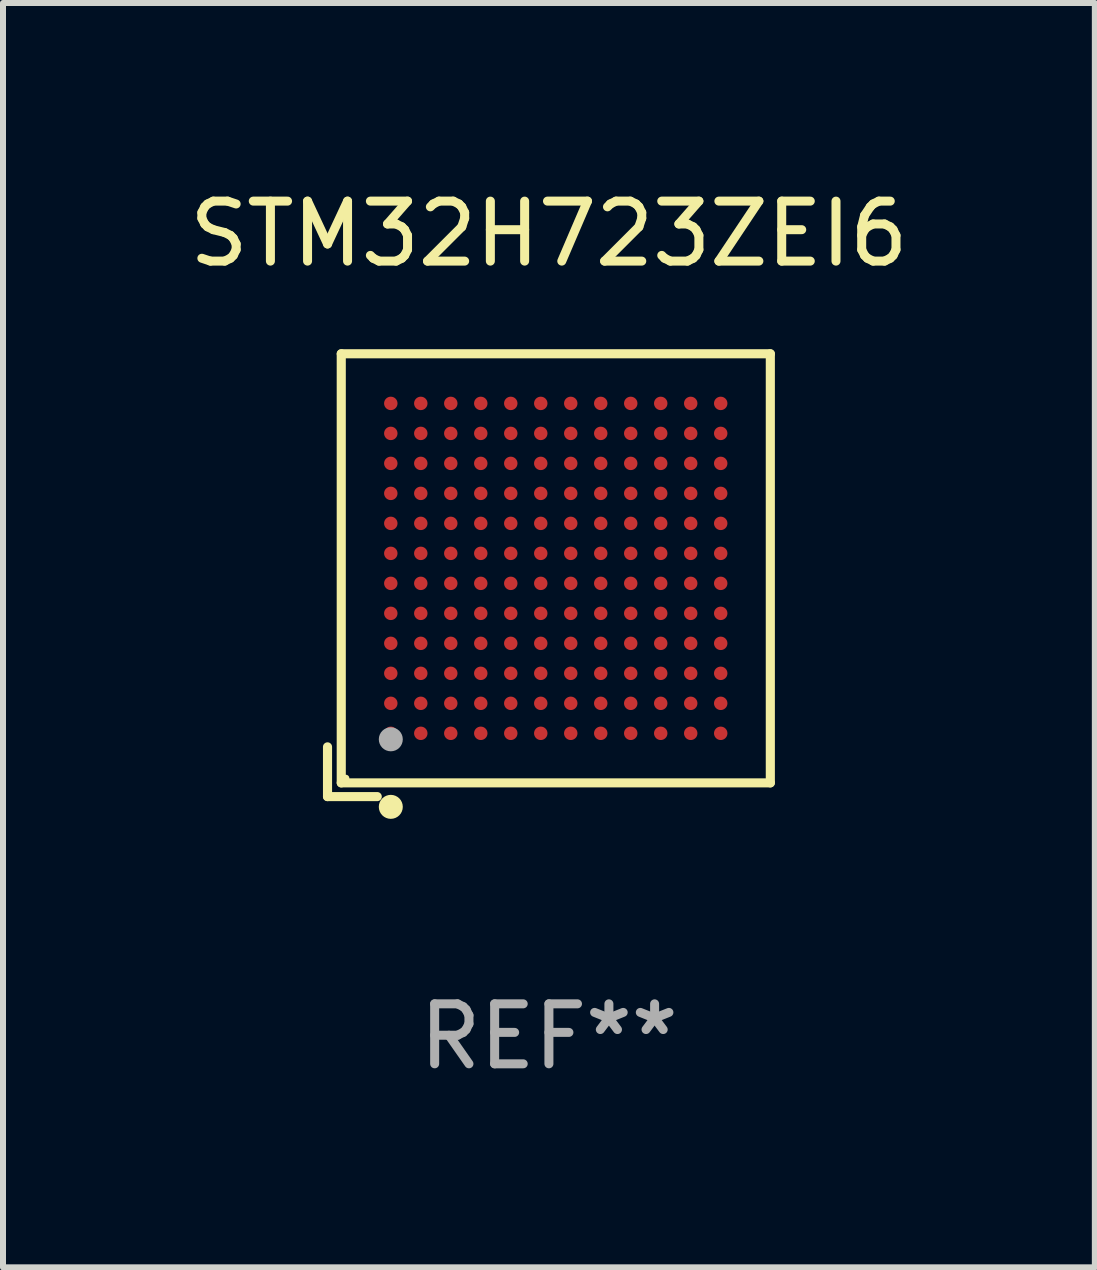
<source format=kicad_pcb>
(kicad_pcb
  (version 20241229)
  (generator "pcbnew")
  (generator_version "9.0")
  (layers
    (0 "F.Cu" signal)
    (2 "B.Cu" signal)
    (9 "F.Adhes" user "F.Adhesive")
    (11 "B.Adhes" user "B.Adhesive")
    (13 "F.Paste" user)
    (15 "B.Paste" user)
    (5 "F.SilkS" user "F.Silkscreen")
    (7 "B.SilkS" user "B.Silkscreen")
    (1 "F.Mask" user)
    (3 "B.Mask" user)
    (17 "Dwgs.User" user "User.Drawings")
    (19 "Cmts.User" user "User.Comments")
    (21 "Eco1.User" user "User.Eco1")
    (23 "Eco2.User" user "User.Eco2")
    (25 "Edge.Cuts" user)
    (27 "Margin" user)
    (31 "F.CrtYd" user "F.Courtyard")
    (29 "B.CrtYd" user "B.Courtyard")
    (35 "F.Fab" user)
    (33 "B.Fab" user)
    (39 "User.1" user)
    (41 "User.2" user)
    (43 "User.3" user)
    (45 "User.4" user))
  (footprint "STM32H723ZEI6"
    (layer "F.Cu")
    (at 6.101 6.539)
    (property "Reference" "STM32H723ZEI6" (at 0 -5.691 0) (layer "F.SilkS") (effects (font (size 1 1) (thickness 0.15))))
    (attr through_hole)
    (fp_line (start -3.691 2.862) (end -3.691 3.691) (stroke (width 0.152) (type solid)) (layer "F.SilkS"))
    (fp_line (start -3.691 3.691) (end -2.862 3.691) (stroke (width 0.152) (type solid)) (layer "F.SilkS"))
    (fp_line (start -3.462 -3.691) (end 3.691 -3.691) (stroke (width 0.152) (type solid)) (layer "F.SilkS"))
    (fp_line (start -3.462 3.462) (end -3.462 -3.691) (stroke (width 0.152) (type solid)) (layer "F.SilkS"))
    (fp_line (start 3.691 -3.691) (end 3.691 3.462) (stroke (width 0.152) (type solid)) (layer "F.SilkS"))
    (fp_line (start 3.691 3.462) (end -3.462 3.462) (stroke (width 0.152) (type solid)) (layer "F.SilkS"))
    (fp_circle (center -3.386 3.386) (end -3.356 3.386) (stroke (width 0.06) (type solid)) (fill no) (layer "F.SilkS"))
    (fp_circle (center -2.636 3.862) (end -2.536 3.862) (stroke (width 0.2) (type solid)) (fill no) (layer "F.SilkS"))
    (fp_circle (center -2.636 2.736) (end -2.536 2.736) (stroke (width 0.2) (type solid)) (fill no) (layer "F.Fab"))
    (fp_text user "REF**" (at 0 7.691 0) (layer "F.Fab") (effects (font (size 1 1) (thickness 0.15))))
    (pad "A1" smd circle (at -2.636 2.636) (size 0.224 0.224) (layers "F.Cu" "F.Mask" "F.Paste"))
    (pad "A2" smd circle (at -2.636 2.136) (size 0.224 0.224) (layers "F.Cu" "F.Mask" "F.Paste"))
    (pad "A3" smd circle (at -2.636 1.636) (size 0.224 0.224) (layers "F.Cu" "F.Mask" "F.Paste"))
    (pad "A4" smd circle (at -2.636 1.136) (size 0.224 0.224) (layers "F.Cu" "F.Mask" "F.Paste"))
    (pad "A5" smd circle (at -2.636 0.636) (size 0.224 0.224) (layers "F.Cu" "F.Mask" "F.Paste"))
    (pad "A6" smd circle (at -2.636 0.136) (size 0.224 0.224) (layers "F.Cu" "F.Mask" "F.Paste"))
    (pad "A7" smd circle (at -2.636 -0.364) (size 0.224 0.224) (layers "F.Cu" "F.Mask" "F.Paste"))
    (pad "A8" smd circle (at -2.636 -0.864) (size 0.224 0.224) (layers "F.Cu" "F.Mask" "F.Paste"))
    (pad "A9" smd circle (at -2.636 -1.364) (size 0.224 0.224) (layers "F.Cu" "F.Mask" "F.Paste"))
    (pad "A10" smd circle (at -2.636 -1.864) (size 0.224 0.224) (layers "F.Cu" "F.Mask" "F.Paste"))
    (pad "A11" smd circle (at -2.636 -2.364) (size 0.224 0.224) (layers "F.Cu" "F.Mask" "F.Paste"))
    (pad "A12" smd circle (at -2.636 -2.864) (size 0.224 0.224) (layers "F.Cu" "F.Mask" "F.Paste"))
    (pad "B1" smd circle (at -2.136 2.636) (size 0.224 0.224) (layers "F.Cu" "F.Mask" "F.Paste"))
    (pad "B2" smd circle (at -2.136 2.136) (size 0.224 0.224) (layers "F.Cu" "F.Mask" "F.Paste"))
    (pad "B3" smd circle (at -2.136 1.636) (size 0.224 0.224) (layers "F.Cu" "F.Mask" "F.Paste"))
    (pad "B4" smd circle (at -2.136 1.136) (size 0.224 0.224) (layers "F.Cu" "F.Mask" "F.Paste"))
    (pad "B5" smd circle (at -2.136 0.636) (size 0.224 0.224) (layers "F.Cu" "F.Mask" "F.Paste"))
    (pad "B6" smd circle (at -2.136 0.136) (size 0.224 0.224) (layers "F.Cu" "F.Mask" "F.Paste"))
    (pad "B7" smd circle (at -2.136 -0.364) (size 0.224 0.224) (layers "F.Cu" "F.Mask" "F.Paste"))
    (pad "B8" smd circle (at -2.136 -0.864) (size 0.224 0.224) (layers "F.Cu" "F.Mask" "F.Paste"))
    (pad "B9" smd circle (at -2.136 -1.364) (size 0.224 0.224) (layers "F.Cu" "F.Mask" "F.Paste"))
    (pad "B10" smd circle (at -2.136 -1.864) (size 0.224 0.224) (layers "F.Cu" "F.Mask" "F.Paste"))
    (pad "B11" smd circle (at -2.136 -2.364) (size 0.224 0.224) (layers "F.Cu" "F.Mask" "F.Paste"))
    (pad "B12" smd circle (at -2.136 -2.864) (size 0.224 0.224) (layers "F.Cu" "F.Mask" "F.Paste"))
    (pad "C1" smd circle (at -1.636 2.636) (size 0.224 0.224) (layers "F.Cu" "F.Mask" "F.Paste"))
    (pad "C2" smd circle (at -1.636 2.136) (size 0.224 0.224) (layers "F.Cu" "F.Mask" "F.Paste"))
    (pad "C3" smd circle (at -1.636 1.636) (size 0.224 0.224) (layers "F.Cu" "F.Mask" "F.Paste"))
    (pad "C4" smd circle (at -1.636 1.136) (size 0.224 0.224) (layers "F.Cu" "F.Mask" "F.Paste"))
    (pad "C5" smd circle (at -1.636 0.636) (size 0.224 0.224) (layers "F.Cu" "F.Mask" "F.Paste"))
    (pad "C6" smd circle (at -1.636 0.136) (size 0.224 0.224) (layers "F.Cu" "F.Mask" "F.Paste"))
    (pad "C7" smd circle (at -1.636 -0.364) (size 0.224 0.224) (layers "F.Cu" "F.Mask" "F.Paste"))
    (pad "C8" smd circle (at -1.636 -0.864) (size 0.224 0.224) (layers "F.Cu" "F.Mask" "F.Paste"))
    (pad "C9" smd circle (at -1.636 -1.364) (size 0.224 0.224) (layers "F.Cu" "F.Mask" "F.Paste"))
    (pad "C10" smd circle (at -1.636 -1.864) (size 0.224 0.224) (layers "F.Cu" "F.Mask" "F.Paste"))
    (pad "C11" smd circle (at -1.636 -2.364) (size 0.224 0.224) (layers "F.Cu" "F.Mask" "F.Paste"))
    (pad "C12" smd circle (at -1.636 -2.864) (size 0.224 0.224) (layers "F.Cu" "F.Mask" "F.Paste"))
    (pad "D1" smd circle (at -1.136 2.636) (size 0.224 0.224) (layers "F.Cu" "F.Mask" "F.Paste"))
    (pad "D2" smd circle (at -1.136 2.136) (size 0.224 0.224) (layers "F.Cu" "F.Mask" "F.Paste"))
    (pad "D3" smd circle (at -1.136 1.636) (size 0.224 0.224) (layers "F.Cu" "F.Mask" "F.Paste"))
    (pad "D4" smd circle (at -1.136 1.136) (size 0.224 0.224) (layers "F.Cu" "F.Mask" "F.Paste"))
    (pad "D5" smd circle (at -1.136 0.636) (size 0.224 0.224) (layers "F.Cu" "F.Mask" "F.Paste"))
    (pad "D6" smd circle (at -1.136 0.136) (size 0.224 0.224) (layers "F.Cu" "F.Mask" "F.Paste"))
    (pad "D7" smd circle (at -1.136 -0.364) (size 0.224 0.224) (layers "F.Cu" "F.Mask" "F.Paste"))
    (pad "D8" smd circle (at -1.136 -0.864) (size 0.224 0.224) (layers "F.Cu" "F.Mask" "F.Paste"))
    (pad "D9" smd circle (at -1.136 -1.364) (size 0.224 0.224) (layers "F.Cu" "F.Mask" "F.Paste"))
    (pad "D10" smd circle (at -1.136 -1.864) (size 0.224 0.224) (layers "F.Cu" "F.Mask" "F.Paste"))
    (pad "D11" smd circle (at -1.136 -2.364) (size 0.224 0.224) (layers "F.Cu" "F.Mask" "F.Paste"))
    (pad "D12" smd circle (at -1.136 -2.864) (size 0.224 0.224) (layers "F.Cu" "F.Mask" "F.Paste"))
    (pad "E1" smd circle (at -0.636 2.636) (size 0.224 0.224) (layers "F.Cu" "F.Mask" "F.Paste"))
    (pad "E2" smd circle (at -0.636 2.136) (size 0.224 0.224) (layers "F.Cu" "F.Mask" "F.Paste"))
    (pad "E3" smd circle (at -0.636 1.636) (size 0.224 0.224) (layers "F.Cu" "F.Mask" "F.Paste"))
    (pad "E4" smd circle (at -0.636 1.136) (size 0.224 0.224) (layers "F.Cu" "F.Mask" "F.Paste"))
    (pad "E5" smd circle (at -0.636 0.636) (size 0.224 0.224) (layers "F.Cu" "F.Mask" "F.Paste"))
    (pad "E6" smd circle (at -0.636 0.136) (size 0.224 0.224) (layers "F.Cu" "F.Mask" "F.Paste"))
    (pad "E7" smd circle (at -0.636 -0.364) (size 0.224 0.224) (layers "F.Cu" "F.Mask" "F.Paste"))
    (pad "E8" smd circle (at -0.636 -0.864) (size 0.224 0.224) (layers "F.Cu" "F.Mask" "F.Paste"))
    (pad "E9" smd circle (at -0.636 -1.364) (size 0.224 0.224) (layers "F.Cu" "F.Mask" "F.Paste"))
    (pad "E10" smd circle (at -0.636 -1.864) (size 0.224 0.224) (layers "F.Cu" "F.Mask" "F.Paste"))
    (pad "E11" smd circle (at -0.636 -2.364) (size 0.224 0.224) (layers "F.Cu" "F.Mask" "F.Paste"))
    (pad "E12" smd circle (at -0.636 -2.864) (size 0.224 0.224) (layers "F.Cu" "F.Mask" "F.Paste"))
    (pad "F1" smd circle (at -0.136 2.636) (size 0.224 0.224) (layers "F.Cu" "F.Mask" "F.Paste"))
    (pad "F2" smd circle (at -0.136 2.136) (size 0.224 0.224) (layers "F.Cu" "F.Mask" "F.Paste"))
    (pad "F3" smd circle (at -0.136 1.636) (size 0.224 0.224) (layers "F.Cu" "F.Mask" "F.Paste"))
    (pad "F4" smd circle (at -0.136 1.136) (size 0.224 0.224) (layers "F.Cu" "F.Mask" "F.Paste"))
    (pad "F5" smd circle (at -0.136 0.636) (size 0.224 0.224) (layers "F.Cu" "F.Mask" "F.Paste"))
    (pad "F6" smd circle (at -0.136 0.136) (size 0.224 0.224) (layers "F.Cu" "F.Mask" "F.Paste"))
    (pad "F7" smd circle (at -0.136 -0.364) (size 0.224 0.224) (layers "F.Cu" "F.Mask" "F.Paste"))
    (pad "F8" smd circle (at -0.136 -0.864) (size 0.224 0.224) (layers "F.Cu" "F.Mask" "F.Paste"))
    (pad "F9" smd circle (at -0.136 -1.364) (size 0.224 0.224) (layers "F.Cu" "F.Mask" "F.Paste"))
    (pad "F10" smd circle (at -0.136 -1.864) (size 0.224 0.224) (layers "F.Cu" "F.Mask" "F.Paste"))
    (pad "F11" smd circle (at -0.136 -2.364) (size 0.224 0.224) (layers "F.Cu" "F.Mask" "F.Paste"))
    (pad "F12" smd circle (at -0.136 -2.864) (size 0.224 0.224) (layers "F.Cu" "F.Mask" "F.Paste"))
    (pad "G1" smd circle (at 0.364 2.636) (size 0.224 0.224) (layers "F.Cu" "F.Mask" "F.Paste"))
    (pad "G2" smd circle (at 0.364 2.136) (size 0.224 0.224) (layers "F.Cu" "F.Mask" "F.Paste"))
    (pad "G3" smd circle (at 0.364 1.636) (size 0.224 0.224) (layers "F.Cu" "F.Mask" "F.Paste"))
    (pad "G4" smd circle (at 0.364 1.136) (size 0.224 0.224) (layers "F.Cu" "F.Mask" "F.Paste"))
    (pad "G5" smd circle (at 0.364 0.636) (size 0.224 0.224) (layers "F.Cu" "F.Mask" "F.Paste"))
    (pad "G6" smd circle (at 0.364 0.136) (size 0.224 0.224) (layers "F.Cu" "F.Mask" "F.Paste"))
    (pad "G7" smd circle (at 0.364 -0.364) (size 0.224 0.224) (layers "F.Cu" "F.Mask" "F.Paste"))
    (pad "G8" smd circle (at 0.364 -0.864) (size 0.224 0.224) (layers "F.Cu" "F.Mask" "F.Paste"))
    (pad "G9" smd circle (at 0.364 -1.364) (size 0.224 0.224) (layers "F.Cu" "F.Mask" "F.Paste"))
    (pad "G10" smd circle (at 0.364 -1.864) (size 0.224 0.224) (layers "F.Cu" "F.Mask" "F.Paste"))
    (pad "G11" smd circle (at 0.364 -2.364) (size 0.224 0.224) (layers "F.Cu" "F.Mask" "F.Paste"))
    (pad "G12" smd circle (at 0.364 -2.864) (size 0.224 0.224) (layers "F.Cu" "F.Mask" "F.Paste"))
    (pad "H1" smd circle (at 0.864 2.636) (size 0.224 0.224) (layers "F.Cu" "F.Mask" "F.Paste"))
    (pad "H2" smd circle (at 0.864 2.136) (size 0.224 0.224) (layers "F.Cu" "F.Mask" "F.Paste"))
    (pad "H3" smd circle (at 0.864 1.636) (size 0.224 0.224) (layers "F.Cu" "F.Mask" "F.Paste"))
    (pad "H4" smd circle (at 0.864 1.136) (size 0.224 0.224) (layers "F.Cu" "F.Mask" "F.Paste"))
    (pad "H5" smd circle (at 0.864 0.636) (size 0.224 0.224) (layers "F.Cu" "F.Mask" "F.Paste"))
    (pad "H6" smd circle (at 0.864 0.136) (size 0.224 0.224) (layers "F.Cu" "F.Mask" "F.Paste"))
    (pad "H7" smd circle (at 0.864 -0.364) (size 0.224 0.224) (layers "F.Cu" "F.Mask" "F.Paste"))
    (pad "H8" smd circle (at 0.864 -0.864) (size 0.224 0.224) (layers "F.Cu" "F.Mask" "F.Paste"))
    (pad "H9" smd circle (at 0.864 -1.364) (size 0.224 0.224) (layers "F.Cu" "F.Mask" "F.Paste"))
    (pad "H10" smd circle (at 0.864 -1.864) (size 0.224 0.224) (layers "F.Cu" "F.Mask" "F.Paste"))
    (pad "H11" smd circle (at 0.864 -2.364) (size 0.224 0.224) (layers "F.Cu" "F.Mask" "F.Paste"))
    (pad "H12" smd circle (at 0.864 -2.864) (size 0.224 0.224) (layers "F.Cu" "F.Mask" "F.Paste"))
    (pad "J1" smd circle (at 1.364 2.636) (size 0.224 0.224) (layers "F.Cu" "F.Mask" "F.Paste"))
    (pad "J2" smd circle (at 1.364 2.136) (size 0.224 0.224) (layers "F.Cu" "F.Mask" "F.Paste"))
    (pad "J3" smd circle (at 1.364 1.636) (size 0.224 0.224) (layers "F.Cu" "F.Mask" "F.Paste"))
    (pad "J4" smd circle (at 1.364 1.136) (size 0.224 0.224) (layers "F.Cu" "F.Mask" "F.Paste"))
    (pad "J5" smd circle (at 1.364 0.636) (size 0.224 0.224) (layers "F.Cu" "F.Mask" "F.Paste"))
    (pad "J6" smd circle (at 1.364 0.136) (size 0.224 0.224) (layers "F.Cu" "F.Mask" "F.Paste"))
    (pad "J7" smd circle (at 1.364 -0.364) (size 0.224 0.224) (layers "F.Cu" "F.Mask" "F.Paste"))
    (pad "J8" smd circle (at 1.364 -0.864) (size 0.224 0.224) (layers "F.Cu" "F.Mask" "F.Paste"))
    (pad "J9" smd circle (at 1.364 -1.364) (size 0.224 0.224) (layers "F.Cu" "F.Mask" "F.Paste"))
    (pad "J10" smd circle (at 1.364 -1.864) (size 0.224 0.224) (layers "F.Cu" "F.Mask" "F.Paste"))
    (pad "J11" smd circle (at 1.364 -2.364) (size 0.224 0.224) (layers "F.Cu" "F.Mask" "F.Paste"))
    (pad "J12" smd circle (at 1.364 -2.864) (size 0.224 0.224) (layers "F.Cu" "F.Mask" "F.Paste"))
    (pad "K1" smd circle (at 1.864 2.636) (size 0.224 0.224) (layers "F.Cu" "F.Mask" "F.Paste"))
    (pad "K2" smd circle (at 1.864 2.136) (size 0.224 0.224) (layers "F.Cu" "F.Mask" "F.Paste"))
    (pad "K3" smd circle (at 1.864 1.636) (size 0.224 0.224) (layers "F.Cu" "F.Mask" "F.Paste"))
    (pad "K4" smd circle (at 1.864 1.136) (size 0.224 0.224) (layers "F.Cu" "F.Mask" "F.Paste"))
    (pad "K5" smd circle (at 1.864 0.636) (size 0.224 0.224) (layers "F.Cu" "F.Mask" "F.Paste"))
    (pad "K6" smd circle (at 1.864 0.136) (size 0.224 0.224) (layers "F.Cu" "F.Mask" "F.Paste"))
    (pad "K7" smd circle (at 1.864 -0.364) (size 0.224 0.224) (layers "F.Cu" "F.Mask" "F.Paste"))
    (pad "K8" smd circle (at 1.864 -0.864) (size 0.224 0.224) (layers "F.Cu" "F.Mask" "F.Paste"))
    (pad "K9" smd circle (at 1.864 -1.364) (size 0.224 0.224) (layers "F.Cu" "F.Mask" "F.Paste"))
    (pad "K10" smd circle (at 1.864 -1.864) (size 0.224 0.224) (layers "F.Cu" "F.Mask" "F.Paste"))
    (pad "K11" smd circle (at 1.864 -2.364) (size 0.224 0.224) (layers "F.Cu" "F.Mask" "F.Paste"))
    (pad "K12" smd circle (at 1.864 -2.864) (size 0.224 0.224) (layers "F.Cu" "F.Mask" "F.Paste"))
    (pad "L1" smd circle (at 2.364 2.636) (size 0.224 0.224) (layers "F.Cu" "F.Mask" "F.Paste"))
    (pad "L2" smd circle (at 2.364 2.136) (size 0.224 0.224) (layers "F.Cu" "F.Mask" "F.Paste"))
    (pad "L3" smd circle (at 2.364 1.636) (size 0.224 0.224) (layers "F.Cu" "F.Mask" "F.Paste"))
    (pad "L4" smd circle (at 2.364 1.136) (size 0.224 0.224) (layers "F.Cu" "F.Mask" "F.Paste"))
    (pad "L5" smd circle (at 2.364 0.636) (size 0.224 0.224) (layers "F.Cu" "F.Mask" "F.Paste"))
    (pad "L6" smd circle (at 2.364 0.136) (size 0.224 0.224) (layers "F.Cu" "F.Mask" "F.Paste"))
    (pad "L7" smd circle (at 2.364 -0.364) (size 0.224 0.224) (layers "F.Cu" "F.Mask" "F.Paste"))
    (pad "L8" smd circle (at 2.364 -0.864) (size 0.224 0.224) (layers "F.Cu" "F.Mask" "F.Paste"))
    (pad "L9" smd circle (at 2.364 -1.364) (size 0.224 0.224) (layers "F.Cu" "F.Mask" "F.Paste"))
    (pad "L10" smd circle (at 2.364 -1.864) (size 0.224 0.224) (layers "F.Cu" "F.Mask" "F.Paste"))
    (pad "L11" smd circle (at 2.364 -2.364) (size 0.224 0.224) (layers "F.Cu" "F.Mask" "F.Paste"))
    (pad "L12" smd circle (at 2.364 -2.864) (size 0.224 0.224) (layers "F.Cu" "F.Mask" "F.Paste"))
    (pad "M1" smd circle (at 2.864 2.636) (size 0.224 0.224) (layers "F.Cu" "F.Mask" "F.Paste"))
    (pad "M2" smd circle (at 2.864 2.136) (size 0.224 0.224) (layers "F.Cu" "F.Mask" "F.Paste"))
    (pad "M3" smd circle (at 2.864 1.636) (size 0.224 0.224) (layers "F.Cu" "F.Mask" "F.Paste"))
    (pad "M4" smd circle (at 2.864 1.136) (size 0.224 0.224) (layers "F.Cu" "F.Mask" "F.Paste"))
    (pad "M5" smd circle (at 2.864 0.636) (size 0.224 0.224) (layers "F.Cu" "F.Mask" "F.Paste"))
    (pad "M6" smd circle (at 2.864 0.136) (size 0.224 0.224) (layers "F.Cu" "F.Mask" "F.Paste"))
    (pad "M7" smd circle (at 2.864 -0.364) (size 0.224 0.224) (layers "F.Cu" "F.Mask" "F.Paste"))
    (pad "M8" smd circle (at 2.864 -0.864) (size 0.224 0.224) (layers "F.Cu" "F.Mask" "F.Paste"))
    (pad "M9" smd circle (at 2.864 -1.364) (size 0.224 0.224) (layers "F.Cu" "F.Mask" "F.Paste"))
    (pad "M10" smd circle (at 2.864 -1.864) (size 0.224 0.224) (layers "F.Cu" "F.Mask" "F.Paste"))
    (pad "M11" smd circle (at 2.864 -2.364) (size 0.224 0.224) (layers "F.Cu" "F.Mask" "F.Paste"))
    (pad "M12" smd circle (at 2.864 -2.864) (size 0.224 0.224) (layers "F.Cu" "F.Mask" "F.Paste")))
  (gr_rect
    (start -3 -3)
    (end 15.202 18.078)
    (stroke (width 0.1) (type default))
    (fill no)
    (layer "Edge.Cuts")))
</source>
